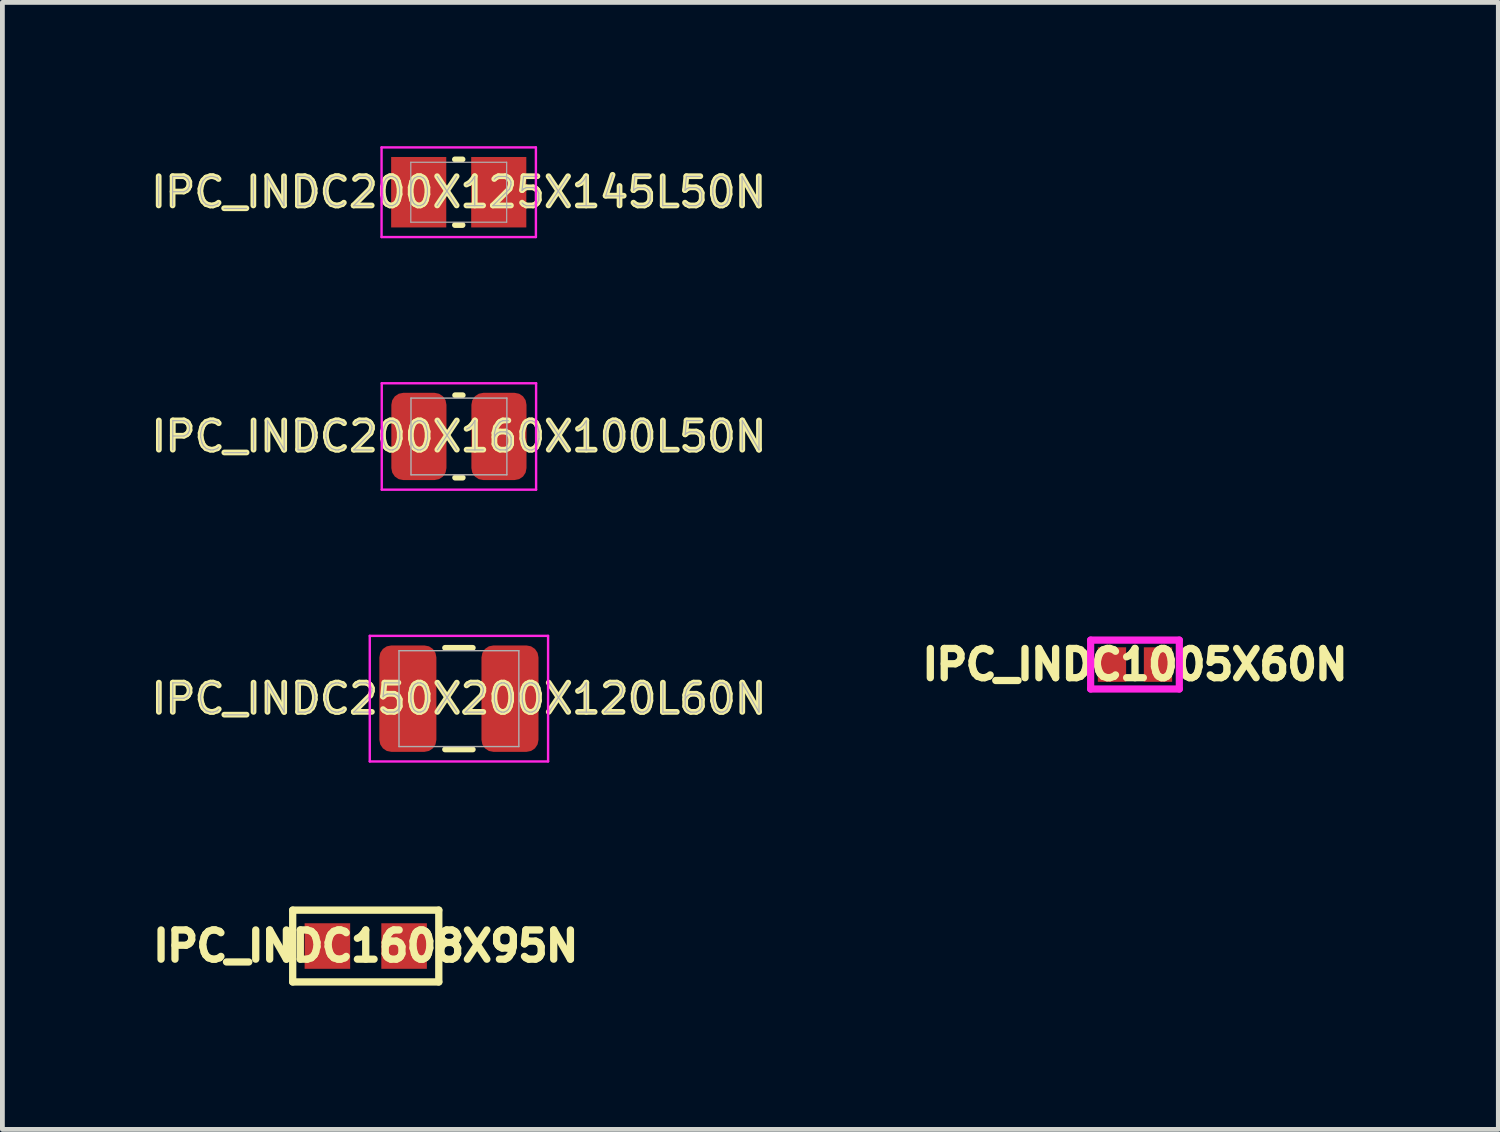
<source format=kicad_pcb>
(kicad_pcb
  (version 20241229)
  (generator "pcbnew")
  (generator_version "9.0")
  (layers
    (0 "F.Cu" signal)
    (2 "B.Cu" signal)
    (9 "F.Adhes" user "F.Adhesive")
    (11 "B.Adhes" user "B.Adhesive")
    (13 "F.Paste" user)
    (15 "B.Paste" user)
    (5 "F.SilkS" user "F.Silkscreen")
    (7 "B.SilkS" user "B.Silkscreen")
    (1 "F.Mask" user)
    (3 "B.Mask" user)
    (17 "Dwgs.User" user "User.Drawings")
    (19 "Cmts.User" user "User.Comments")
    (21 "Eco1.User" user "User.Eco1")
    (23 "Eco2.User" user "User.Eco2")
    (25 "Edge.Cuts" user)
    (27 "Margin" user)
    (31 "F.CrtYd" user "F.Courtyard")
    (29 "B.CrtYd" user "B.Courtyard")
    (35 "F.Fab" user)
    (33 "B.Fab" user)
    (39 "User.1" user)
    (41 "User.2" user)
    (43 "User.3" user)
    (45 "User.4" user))
  (footprint "IPC_INDC1608X95N"
    (layer "F.Cu")
    (at 4.58 16.686)
    (property "Reference" "IPC_INDC1608X95N" (at 0 0 0) (layer "F.SilkS") (effects (font (size 0.61 0.61) (thickness 0.152))))
    (attr through_hole)
    (fp_line (start -1.524 -0.749) (end 1.524 -0.749) (stroke (width 0.152) (type solid)) (layer "F.SilkS"))
    (fp_line (start -1.524 0.749) (end -1.524 -0.749) (stroke (width 0.152) (type solid)) (layer "F.SilkS"))
    (fp_line (start 1.524 -0.749) (end 1.524 0.749) (stroke (width 0.152) (type solid)) (layer "F.SilkS"))
    (fp_line (start 1.524 0.749) (end -1.524 0.749) (stroke (width 0.152) (type solid)) (layer "F.SilkS"))
    (pad "1" smd rect (at -0.8 0) (size 0.95 0.95) (layers "F.Cu" "F.Mask" "F.Paste"))
    (pad "2" smd rect (at 0.8 0) (size 0.95 0.95) (layers "F.Cu" "F.Mask" "F.Paste")))
  (footprint "IPC_INDC200X125X145L50N"
    (layer "F.Cu")
    (at 6.52 0.96)
    (property "Reference" "IPC_INDC200X125X145L50N" (at 0 0 0) (layer "F.SilkS") (effects (font (size 0.61 0.61) (thickness 0.12))))
    (attr smd)
    (fp_line (start -0.08 0.685) (end 0.08 0.685) (stroke (width 0.12) (type solid)) (layer "F.SilkS"))
    (fp_line (start 0.08 -0.685) (end -0.08 -0.685) (stroke (width 0.12) (type solid)) (layer "F.SilkS"))
    (fp_line (start -1.61 -0.935) (end 1.61 -0.935) (stroke (width 0.05) (type solid)) (layer "F.CrtYd"))
    (fp_line (start -1.61 0.935) (end -1.61 -0.935) (stroke (width 0.05) (type solid)) (layer "F.CrtYd"))
    (fp_line (start 1.61 -0.935) (end 1.61 0.935) (stroke (width 0.05) (type solid)) (layer "F.CrtYd"))
    (fp_line (start 1.61 0.935) (end -1.61 0.935) (stroke (width 0.05) (type solid)) (layer "F.CrtYd"))
    (fp_line (start -1 -0.625) (end 1 -0.625) (stroke (width 0.025) (type solid)) (layer "F.Fab"))
    (fp_line (start -1 0.625) (end -1 -0.625) (stroke (width 0.025) (type solid)) (layer "F.Fab"))
    (fp_line (start 1 -0.625) (end 1 0.625) (stroke (width 0.025) (type solid)) (layer "F.Fab"))
    (fp_line (start 1 0.625) (end -1 0.625) (stroke (width 0.025) (type solid)) (layer "F.Fab"))
    (fp_text user "${REFERENCE}" (at 0 0 0) (layer "F.Fab") (effects (font (size 0.61 0.61) (thickness 0.025))))
    (pad "1" smd rect (at -0.835 0) (size 1.15 1.47) (layers "F.Cu" "F.Mask" "F.Paste"))
    (pad "2" smd rect (at 0.835 0) (size 1.15 1.47) (layers "F.Cu" "F.Mask" "F.Paste")))
  (footprint "IPC_INDC250X200X120L60N"
    (layer "F.Cu")
    (at 6.524 11.525)
    (property "Reference" "IPC_INDC250X200X120L60N" (at 0 0 0) (layer "F.SilkS") (effects (font (size 0.61 0.61) (thickness 0.12))))
    (attr smd)
    (fp_line (start -0.29 1.06) (end 0.29 1.06) (stroke (width 0.12) (type solid)) (layer "F.SilkS"))
    (fp_line (start 0.29 -1.06) (end -0.29 -1.06) (stroke (width 0.12) (type solid)) (layer "F.SilkS"))
    (fp_line (start -1.86 -1.31) (end 1.86 -1.31) (stroke (width 0.05) (type solid)) (layer "F.CrtYd"))
    (fp_line (start -1.86 1.31) (end -1.86 -1.31) (stroke (width 0.05) (type solid)) (layer "F.CrtYd"))
    (fp_line (start 1.86 -1.31) (end 1.86 1.31) (stroke (width 0.05) (type solid)) (layer "F.CrtYd"))
    (fp_line (start 1.86 1.31) (end -1.86 1.31) (stroke (width 0.05) (type solid)) (layer "F.CrtYd"))
    (fp_line (start -1.25 -1) (end 1.25 -1) (stroke (width 0.03) (type solid)) (layer "F.Fab"))
    (fp_line (start -1.25 1) (end -1.25 -1) (stroke (width 0.03) (type solid)) (layer "F.Fab"))
    (fp_line (start 1.25 -1) (end 1.25 1) (stroke (width 0.03) (type solid)) (layer "F.Fab"))
    (fp_line (start 1.25 1) (end -1.25 1) (stroke (width 0.03) (type solid)) (layer "F.Fab"))
    (fp_text user "${REFERENCE}" (at 0 0 0) (layer "F.Fab") (effects (font (size 0.61 0.61) (thickness 0.025))))
    (pad "1" smd roundrect (at -1.065 0) (size 1.19 2.22) (layers "F.Cu" "F.Mask" "F.Paste") (roundrect_rratio 0.21))
    (pad "2" smd roundrect (at 1.065 0) (size 1.19 2.22) (layers "F.Cu" "F.Mask" "F.Paste") (roundrect_rratio 0.21)))
  (footprint "IPC_INDC200X160X100L50N"
    (layer "F.Cu")
    (at 6.524 6.055)
    (property "Reference" "IPC_INDC200X160X100L50N" (at 0 0 0) (layer "F.SilkS") (effects (font (size 0.61 0.61) (thickness 0.12))))
    (attr smd)
    (fp_line (start -0.08 0.86) (end 0.08 0.86) (stroke (width 0.12) (type solid)) (layer "F.SilkS"))
    (fp_line (start 0.08 -0.86) (end -0.08 -0.86) (stroke (width 0.12) (type solid)) (layer "F.SilkS"))
    (fp_line (start -1.61 -1.11) (end 1.61 -1.11) (stroke (width 0.05) (type solid)) (layer "F.CrtYd"))
    (fp_line (start -1.61 1.11) (end -1.61 -1.11) (stroke (width 0.05) (type solid)) (layer "F.CrtYd"))
    (fp_line (start 1.61 -1.11) (end 1.61 1.11) (stroke (width 0.05) (type solid)) (layer "F.CrtYd"))
    (fp_line (start 1.61 1.11) (end -1.61 1.11) (stroke (width 0.05) (type solid)) (layer "F.CrtYd"))
    (fp_line (start -1 -0.8) (end 1 -0.8) (stroke (width 0.03) (type solid)) (layer "F.Fab"))
    (fp_line (start -1 0.8) (end -1 -0.8) (stroke (width 0.03) (type solid)) (layer "F.Fab"))
    (fp_line (start 1 -0.8) (end 1 0.8) (stroke (width 0.03) (type solid)) (layer "F.Fab"))
    (fp_line (start 1 0.8) (end -1 0.8) (stroke (width 0.03) (type solid)) (layer "F.Fab"))
    (fp_text user "${REFERENCE}" (at 0 0 0) (layer "F.Fab") (effects (font (size 0.61 0.61) (thickness 0.025))))
    (pad "1" smd roundrect (at -0.835 0) (size 1.15 1.82) (layers "F.Cu" "F.Mask" "F.Paste") (roundrect_rratio 0.217))
    (pad "2" smd roundrect (at 0.835 0) (size 1.15 1.82) (layers "F.Cu" "F.Mask" "F.Paste") (roundrect_rratio 0.217)))
  (footprint "IPC_INDC1005X60N"
    (layer "F.Cu")
    (at 20.628 10.814)
    (property "Reference" "IPC_INDC1005X60N" (at 0 0 0) (layer "F.SilkS") (effects (font (size 0.61 0.61) (thickness 0.152))))
    (attr through_hole)
    (fp_line (start -0.925 -0.51) (end 0.925 -0.51) (stroke (width 0.152) (type solid)) (layer "F.CrtYd"))
    (fp_line (start -0.925 0.51) (end -0.925 -0.51) (stroke (width 0.15) (type solid)) (layer "F.CrtYd"))
    (fp_line (start 0.925 -0.51) (end 0.925 0.51) (stroke (width 0.15) (type solid)) (layer "F.CrtYd"))
    (fp_line (start 0.925 0.51) (end -0.925 0.51) (stroke (width 0.15) (type solid)) (layer "F.CrtYd"))
    (pad "1" smd rect (at -0.48 0) (size 0.59 0.72) (layers "F.Cu" "F.Mask" "F.Paste"))
    (pad "2" smd rect (at 0.48 0) (size 0.59 0.72) (layers "F.Cu" "F.Mask" "F.Paste")))
  (gr_rect
    (start -3 -3)
    (end 28.208 20.511)
    (stroke (width 0.1) (type default))
    (fill no)
    (layer "Edge.Cuts")))
</source>
